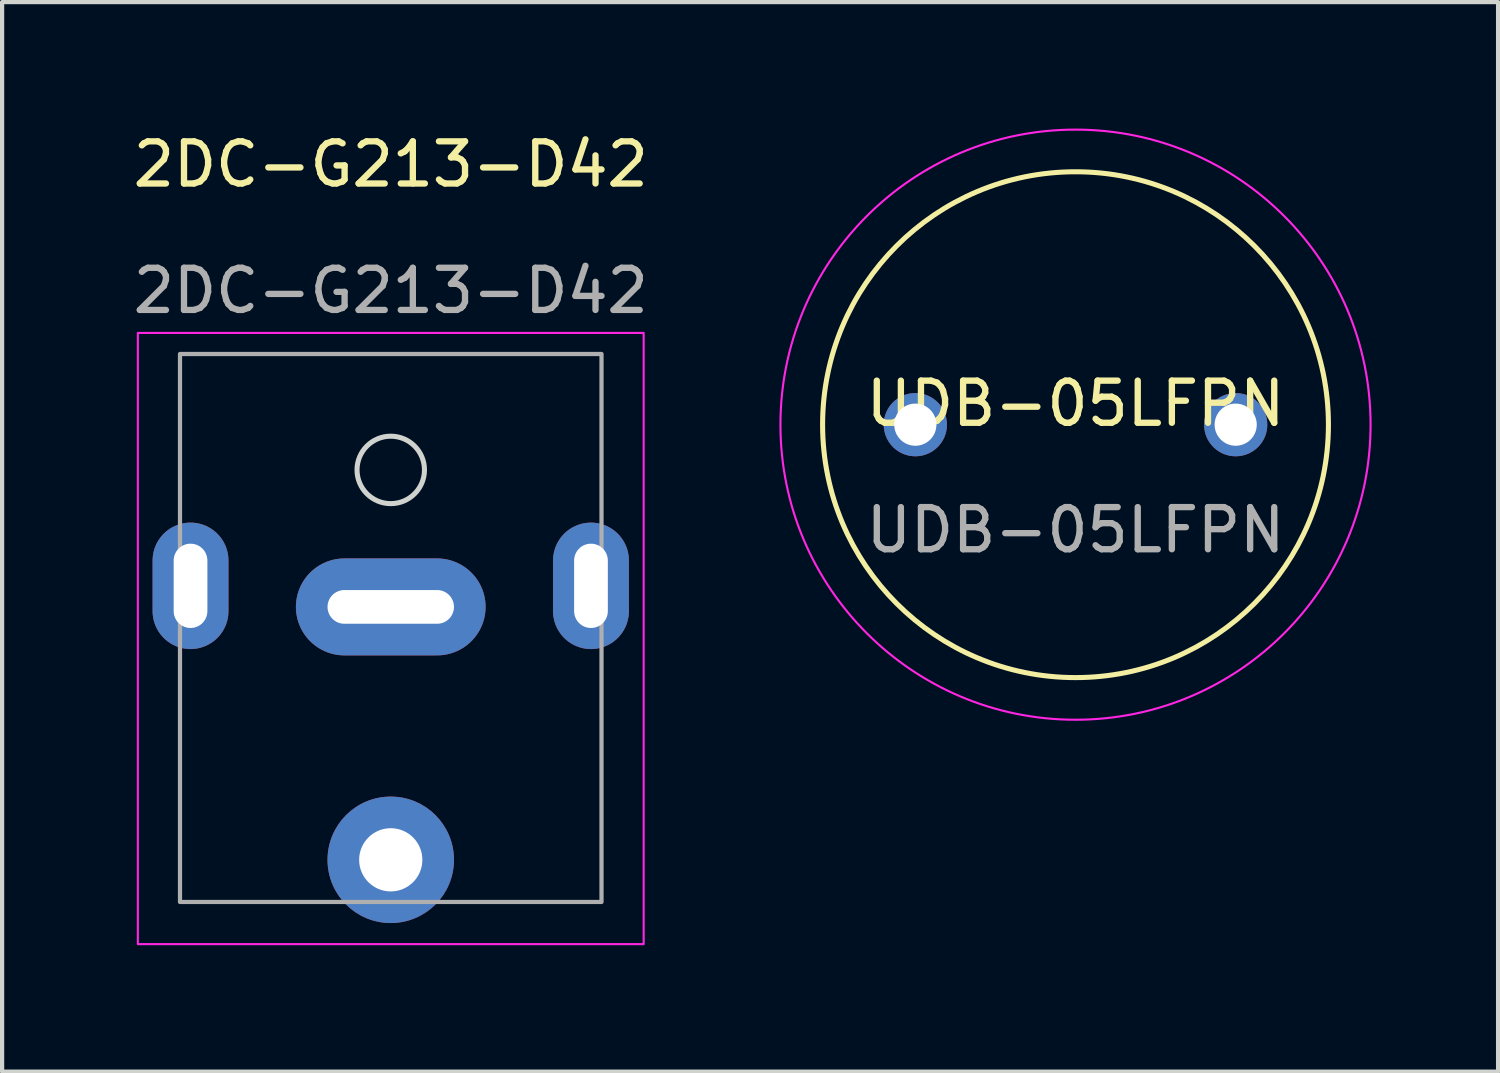
<source format=kicad_pcb>
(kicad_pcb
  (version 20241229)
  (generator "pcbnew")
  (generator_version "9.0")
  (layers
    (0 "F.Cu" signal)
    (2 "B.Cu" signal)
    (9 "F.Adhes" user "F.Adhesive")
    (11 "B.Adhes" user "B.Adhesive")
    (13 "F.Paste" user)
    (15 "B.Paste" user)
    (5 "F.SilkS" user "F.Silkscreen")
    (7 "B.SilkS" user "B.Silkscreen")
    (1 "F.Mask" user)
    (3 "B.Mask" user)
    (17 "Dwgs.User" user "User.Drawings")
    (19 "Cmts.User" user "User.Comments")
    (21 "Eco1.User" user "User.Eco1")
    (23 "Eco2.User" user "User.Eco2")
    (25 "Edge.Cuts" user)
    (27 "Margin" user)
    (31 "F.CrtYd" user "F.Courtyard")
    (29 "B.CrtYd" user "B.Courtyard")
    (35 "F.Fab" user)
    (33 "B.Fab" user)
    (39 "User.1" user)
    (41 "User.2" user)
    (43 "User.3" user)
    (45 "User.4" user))
  (footprint "UDB-05LFPN"
    (layer "F.Cu")
    (at 22.465 7.025)
    (property "Reference" "UDB-05LFPN" (at 0 -0.5 0) (unlocked yes) (layer "F.SilkS") (effects (font (size 1 1) (thickness 0.15))))
    (attr smd)
    (fp_circle (center 0 0) (end 6 0) (stroke (width 0.12) (type solid)) (fill no) (layer "F.SilkS"))
    (fp_circle (center 0 0) (end 7 0) (stroke (width 0.05) (type solid)) (fill no) (layer "F.CrtYd"))
    (fp_text user "${REFERENCE}" (at 0 2.5 0) (unlocked yes) (layer "F.Fab") (effects (font (size 1 1) (thickness 0.15))))
    (pad "1" thru_hole circle (at -3.8 0) (size 1.5 1.5) (drill 1) (layers "*.Cu" "*.Mask"))
    (pad "2" thru_hole circle (at 3.8 0) (size 1.5 1.5) (drill 1) (layers "*.Cu" "*.Mask")))
  (footprint "2DC-G213-D42"
    (layer "F.Cu")
    (at 6.22 17.348)
    (property "Reference" "2DC-G213-D42" (at 0 -16.5 0) (unlocked yes) (layer "F.SilkS") (effects (font (size 1 1) (thickness 0.15))))
    (attr smd)
    (fp_circle (center 0 -9.25) (end 0.8 -9.25) (stroke (width 0.12) (type solid)) (fill no) (layer "Edge.Cuts"))
    (fp_rect (start -6 2) (end 6 -12.5) (stroke (width 0.05) (type solid)) (fill no) (layer "F.CrtYd"))
    (fp_rect (start -5 -12) (end 5 1) (stroke (width 0.1) (type solid)) (fill no) (layer "F.Fab"))
    (fp_text user "${REFERENCE}" (at 0 -13.5 0) (unlocked yes) (layer "F.Fab") (effects (font (size 1 1) (thickness 0.15))))
    (pad "1" thru_hole circle (at 0 0) (size 3 3) (drill 1.5) (layers "*.Cu" "*.Mask"))
    (pad "2" thru_hole oval (at -4.75 -6.5) (size 1.8 3) (drill oval 0.8 2) (layers "*.Cu" "*.Mask"))
    (pad "2" thru_hole oval (at 0 -6) (size 4.5 2.3) (drill oval 3 0.8) (layers "*.Cu" "*.Mask"))
    (pad "2" thru_hole oval (at 4.75 -6.5) (size 1.8 3) (drill oval 0.8 2) (layers "*.Cu" "*.Mask")))
  (gr_rect
    (start -3 -3)
    (end 32.49 22.373)
    (stroke (width 0.1) (type default))
    (fill no)
    (layer "Edge.Cuts")))
</source>
